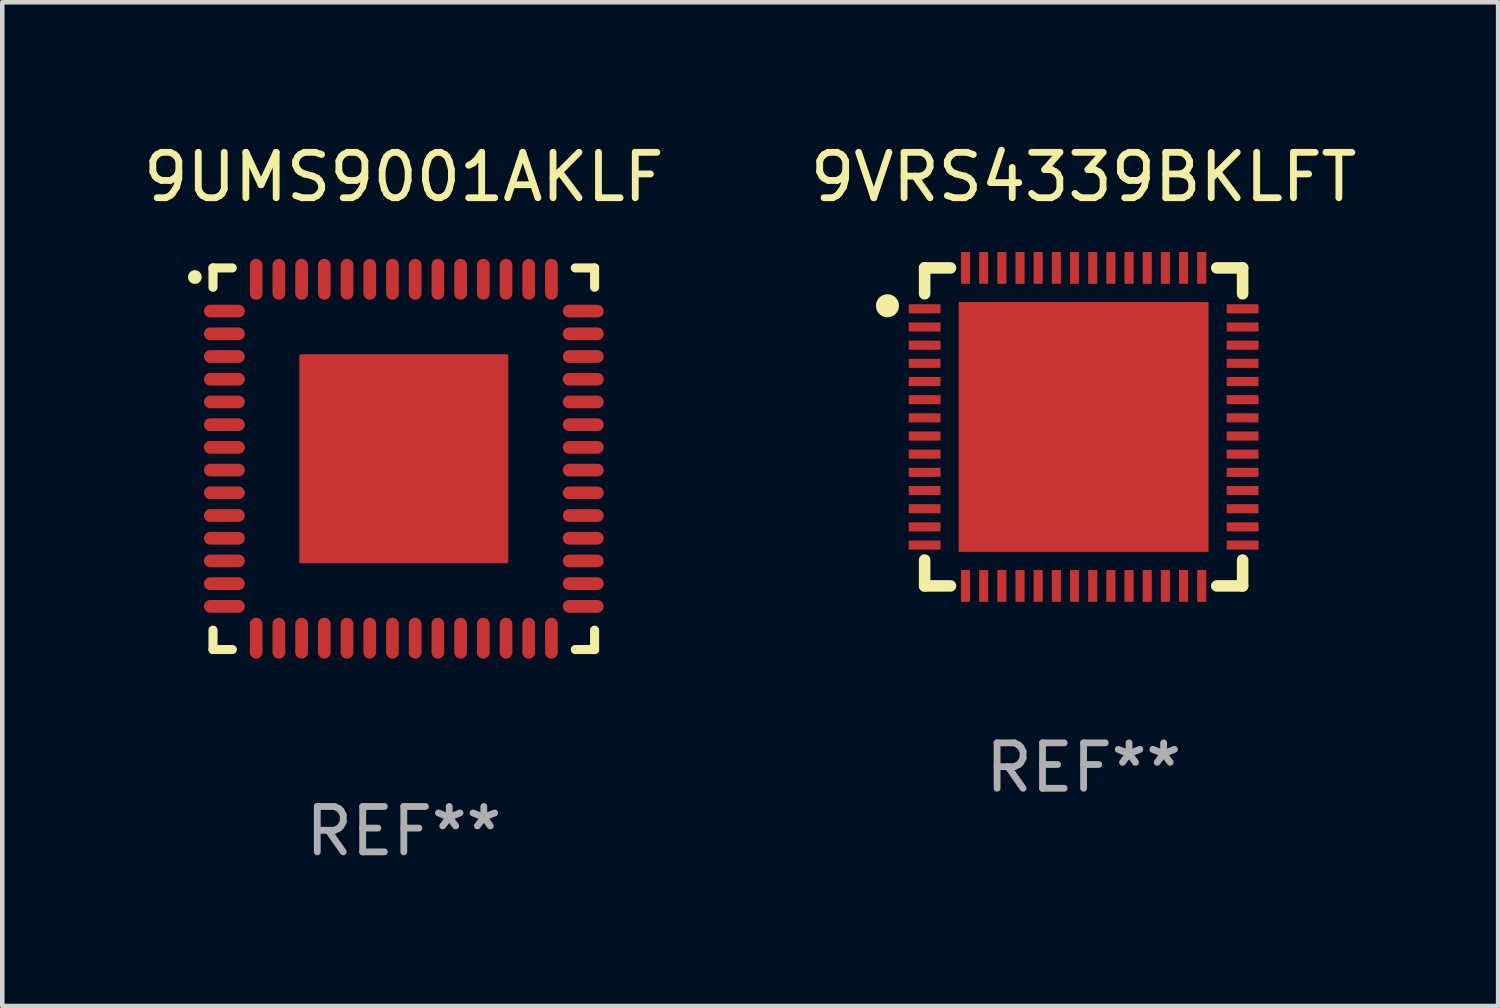
<source format=kicad_pcb>
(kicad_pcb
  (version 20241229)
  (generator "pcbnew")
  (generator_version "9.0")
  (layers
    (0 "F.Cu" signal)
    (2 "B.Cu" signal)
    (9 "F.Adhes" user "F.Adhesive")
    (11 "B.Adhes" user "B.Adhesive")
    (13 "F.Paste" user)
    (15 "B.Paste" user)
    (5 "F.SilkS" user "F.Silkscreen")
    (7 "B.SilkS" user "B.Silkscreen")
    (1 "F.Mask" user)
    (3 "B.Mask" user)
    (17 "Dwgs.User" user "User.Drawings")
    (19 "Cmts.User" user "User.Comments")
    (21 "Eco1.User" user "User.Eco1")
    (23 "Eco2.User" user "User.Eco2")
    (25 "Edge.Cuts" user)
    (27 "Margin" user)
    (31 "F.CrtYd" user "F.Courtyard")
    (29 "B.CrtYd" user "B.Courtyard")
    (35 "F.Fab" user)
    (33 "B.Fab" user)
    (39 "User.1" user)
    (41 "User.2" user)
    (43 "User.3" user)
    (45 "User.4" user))
  (footprint "9VRS4339BKLFT"
    (layer "F.Cu")
    (at 20.804 6.348)
    (property "Reference" "9VRS4339BKLFT" (at 0 -5.5 0) (layer "F.SilkS") (effects (font (size 1 1) (thickness 0.15))))
    (attr through_hole)
    (fp_line (start -3.5 -3.5) (end -2.931 -3.5) (stroke (width 0.254) (type solid)) (layer "F.SilkS"))
    (fp_line (start -3.5 -2.931) (end -3.5 -3.5) (stroke (width 0.254) (type solid)) (layer "F.SilkS"))
    (fp_line (start -3.5 3.5) (end -3.5 2.931) (stroke (width 0.254) (type solid)) (layer "F.SilkS"))
    (fp_line (start -2.931 3.5) (end -3.5 3.5) (stroke (width 0.254) (type solid)) (layer "F.SilkS"))
    (fp_line (start 2.931 -3.5) (end 3.5 -3.5) (stroke (width 0.254) (type solid)) (layer "F.SilkS"))
    (fp_line (start 3.5 -3.5) (end 3.5 -2.931) (stroke (width 0.254) (type solid)) (layer "F.SilkS"))
    (fp_line (start 3.5 2.931) (end 3.5 3.5) (stroke (width 0.254) (type solid)) (layer "F.SilkS"))
    (fp_line (start 3.5 3.5) (end 2.931 3.5) (stroke (width 0.254) (type solid)) (layer "F.SilkS"))
    (fp_circle (center -4.318 -2.667) (end -4.191 -2.667) (stroke (width 0.254) (type solid)) (fill no) (layer "F.SilkS"))
    (fp_text user "REF**" (at 0 7.5 0) (layer "F.Fab") (effects (font (size 1 1) (thickness 0.15))))
    (pad "1" smd rect (at -3.5 -2.6 90) (size 0.2 0.7) (layers "F.Cu" "F.Mask" "F.Paste"))
    (pad "2" smd rect (at -3.5 -2.2 90) (size 0.2 0.7) (layers "F.Cu" "F.Mask" "F.Paste"))
    (pad "3" smd rect (at -3.5 -1.8 90) (size 0.2 0.7) (layers "F.Cu" "F.Mask" "F.Paste"))
    (pad "4" smd rect (at -3.5 -1.4 90) (size 0.2 0.7) (layers "F.Cu" "F.Mask" "F.Paste"))
    (pad "5" smd rect (at -3.5 -1 90) (size 0.2 0.7) (layers "F.Cu" "F.Mask" "F.Paste"))
    (pad "6" smd rect (at -3.5 -0.6 90) (size 0.2 0.7) (layers "F.Cu" "F.Mask" "F.Paste"))
    (pad "7" smd rect (at -3.5 -0.2 90) (size 0.2 0.7) (layers "F.Cu" "F.Mask" "F.Paste"))
    (pad "8" smd rect (at -3.5 0.2 90) (size 0.2 0.7) (layers "F.Cu" "F.Mask" "F.Paste"))
    (pad "9" smd rect (at -3.5 0.6 90) (size 0.2 0.7) (layers "F.Cu" "F.Mask" "F.Paste"))
    (pad "10" smd rect (at -3.5 1 90) (size 0.2 0.7) (layers "F.Cu" "F.Mask" "F.Paste"))
    (pad "11" smd rect (at -3.5 1.4 90) (size 0.2 0.7) (layers "F.Cu" "F.Mask" "F.Paste"))
    (pad "12" smd rect (at -3.5 1.8 90) (size 0.2 0.7) (layers "F.Cu" "F.Mask" "F.Paste"))
    (pad "13" smd rect (at -3.5 2.2 90) (size 0.2 0.7) (layers "F.Cu" "F.Mask" "F.Paste"))
    (pad "14" smd rect (at -3.5 2.6 90) (size 0.2 0.7) (layers "F.Cu" "F.Mask" "F.Paste"))
    (pad "15" smd rect (at -2.6 3.5) (size 0.2 0.7) (layers "F.Cu" "F.Mask" "F.Paste"))
    (pad "16" smd rect (at -2.2 3.5) (size 0.2 0.7) (layers "F.Cu" "F.Mask" "F.Paste"))
    (pad "17" smd rect (at -1.8 3.5) (size 0.2 0.7) (layers "F.Cu" "F.Mask" "F.Paste"))
    (pad "18" smd rect (at -1.4 3.5) (size 0.2 0.7) (layers "F.Cu" "F.Mask" "F.Paste"))
    (pad "19" smd rect (at -1 3.5) (size 0.2 0.7) (layers "F.Cu" "F.Mask" "F.Paste"))
    (pad "20" smd rect (at -0.6 3.5) (size 0.2 0.7) (layers "F.Cu" "F.Mask" "F.Paste"))
    (pad "21" smd rect (at -0.2 3.5) (size 0.2 0.7) (layers "F.Cu" "F.Mask" "F.Paste"))
    (pad "22" smd rect (at 0.2 3.5) (size 0.2 0.7) (layers "F.Cu" "F.Mask" "F.Paste"))
    (pad "23" smd rect (at 0.6 3.5) (size 0.2 0.7) (layers "F.Cu" "F.Mask" "F.Paste"))
    (pad "24" smd rect (at 1 3.5) (size 0.2 0.7) (layers "F.Cu" "F.Mask" "F.Paste"))
    (pad "25" smd rect (at 1.4 3.5) (size 0.2 0.7) (layers "F.Cu" "F.Mask" "F.Paste"))
    (pad "26" smd rect (at 1.8 3.5) (size 0.2 0.7) (layers "F.Cu" "F.Mask" "F.Paste"))
    (pad "27" smd rect (at 2.2 3.5) (size 0.2 0.7) (layers "F.Cu" "F.Mask" "F.Paste"))
    (pad "28" smd rect (at 2.6 3.5) (size 0.2 0.7) (layers "F.Cu" "F.Mask" "F.Paste"))
    (pad "29" smd rect (at 3.5 2.6 90) (size 0.2 0.7) (layers "F.Cu" "F.Mask" "F.Paste"))
    (pad "30" smd rect (at 3.5 2.2 90) (size 0.2 0.7) (layers "F.Cu" "F.Mask" "F.Paste"))
    (pad "31" smd rect (at 3.5 1.8 90) (size 0.2 0.7) (layers "F.Cu" "F.Mask" "F.Paste"))
    (pad "32" smd rect (at 3.5 1.4 90) (size 0.2 0.7) (layers "F.Cu" "F.Mask" "F.Paste"))
    (pad "33" smd rect (at 3.5 1 90) (size 0.2 0.7) (layers "F.Cu" "F.Mask" "F.Paste"))
    (pad "34" smd rect (at 3.5 0.6 90) (size 0.2 0.7) (layers "F.Cu" "F.Mask" "F.Paste"))
    (pad "35" smd rect (at 3.5 0.2 90) (size 0.2 0.7) (layers "F.Cu" "F.Mask" "F.Paste"))
    (pad "36" smd rect (at 3.5 -0.2 90) (size 0.2 0.7) (layers "F.Cu" "F.Mask" "F.Paste"))
    (pad "37" smd rect (at 3.5 -0.6 90) (size 0.2 0.7) (layers "F.Cu" "F.Mask" "F.Paste"))
    (pad "38" smd rect (at 3.5 -1 90) (size 0.2 0.7) (layers "F.Cu" "F.Mask" "F.Paste"))
    (pad "39" smd rect (at 3.5 -1.4 90) (size 0.2 0.7) (layers "F.Cu" "F.Mask" "F.Paste"))
    (pad "40" smd rect (at 3.5 -1.8 90) (size 0.2 0.7) (layers "F.Cu" "F.Mask" "F.Paste"))
    (pad "41" smd rect (at 3.5 -2.2 90) (size 0.2 0.7) (layers "F.Cu" "F.Mask" "F.Paste"))
    (pad "42" smd rect (at 3.5 -2.6 90) (size 0.2 0.7) (layers "F.Cu" "F.Mask" "F.Paste"))
    (pad "43" smd rect (at 2.6 -3.5) (size 0.2 0.7) (layers "F.Cu" "F.Mask" "F.Paste"))
    (pad "44" smd rect (at 2.2 -3.5) (size 0.2 0.7) (layers "F.Cu" "F.Mask" "F.Paste"))
    (pad "45" smd rect (at 1.8 -3.5) (size 0.2 0.7) (layers "F.Cu" "F.Mask" "F.Paste"))
    (pad "46" smd rect (at 1.4 -3.5) (size 0.2 0.7) (layers "F.Cu" "F.Mask" "F.Paste"))
    (pad "47" smd rect (at 1 -3.5) (size 0.2 0.7) (layers "F.Cu" "F.Mask" "F.Paste"))
    (pad "48" smd rect (at 0.6 -3.5) (size 0.2 0.7) (layers "F.Cu" "F.Mask" "F.Paste"))
    (pad "49" smd rect (at 0.2 -3.5) (size 0.2 0.7) (layers "F.Cu" "F.Mask" "F.Paste"))
    (pad "50" smd rect (at -0.2 -3.5) (size 0.2 0.7) (layers "F.Cu" "F.Mask" "F.Paste"))
    (pad "51" smd rect (at -0.6 -3.5) (size 0.2 0.7) (layers "F.Cu" "F.Mask" "F.Paste"))
    (pad "52" smd rect (at -1 -3.5) (size 0.2 0.7) (layers "F.Cu" "F.Mask" "F.Paste"))
    (pad "53" smd rect (at -1.4 -3.5) (size 0.2 0.7) (layers "F.Cu" "F.Mask" "F.Paste"))
    (pad "54" smd rect (at -1.8 -3.5) (size 0.2 0.7) (layers "F.Cu" "F.Mask" "F.Paste"))
    (pad "55" smd rect (at -2.2 -3.5) (size 0.2 0.7) (layers "F.Cu" "F.Mask" "F.Paste"))
    (pad "56" smd rect (at -2.6 -3.5) (size 0.2 0.7) (layers "F.Cu" "F.Mask" "F.Paste"))
    (pad "57" smd rect (at 0.000064 0.000089 270) (size 5.5 5.5) (layers "F.Cu" "F.Mask" "F.Paste")))
  (footprint "9UMS9001AKLF"
    (layer "F.Cu")
    (at 5.839 7.048)
    (property "Reference" "9UMS9001AKLF" (at 0 -6.2 0) (layer "F.SilkS") (effects (font (size 1 1) (thickness 0.15))))
    (attr through_hole)
    (fp_line (start -4.2 -4.2) (end -3.775 -4.2) (stroke (width 0.2) (type solid)) (layer "F.SilkS"))
    (fp_line (start -4.2 -3.775) (end -4.2 -4.2) (stroke (width 0.2) (type solid)) (layer "F.SilkS"))
    (fp_line (start -4.2 3.775) (end -4.2 4.2) (stroke (width 0.2) (type solid)) (layer "F.SilkS"))
    (fp_line (start -4.2 4.2) (end -3.775 4.2) (stroke (width 0.2) (type solid)) (layer "F.SilkS"))
    (fp_line (start 3.775 4.2) (end 4.2 4.2) (stroke (width 0.2) (type solid)) (layer "F.SilkS"))
    (fp_line (start 4.2 -4.2) (end 3.775 -4.2) (stroke (width 0.2) (type solid)) (layer "F.SilkS"))
    (fp_line (start 4.2 -3.775) (end 4.2 -4.2) (stroke (width 0.2) (type solid)) (layer "F.SilkS"))
    (fp_line (start 4.2 4.2) (end 4.2 3.775) (stroke (width 0.2) (type solid)) (layer "F.SilkS"))
    (fp_arc (start -4.599949 -3.997968) (mid -4.599954 -3.999238) (end -4.599949 -4.000508) (stroke (width 0.3) (type solid)) (layer "F.SilkS"))
    (fp_text user "REF**" (at 0 8.2 0) (layer "F.Fab") (effects (font (size 1 1) (thickness 0.15))))
    (pad "1" smd oval (at -3.95 -3.25 90) (size 0.28 0.9) (layers "F.Cu" "F.Mask" "F.Paste"))
    (pad "2" smd oval (at -3.95 -2.75 90) (size 0.28 0.9) (layers "F.Cu" "F.Mask" "F.Paste"))
    (pad "3" smd oval (at -3.95 -2.25 90) (size 0.28 0.9) (layers "F.Cu" "F.Mask" "F.Paste"))
    (pad "4" smd oval (at -3.95 -1.75 90) (size 0.28 0.9) (layers "F.Cu" "F.Mask" "F.Paste"))
    (pad "5" smd oval (at -3.95 -1.25 90) (size 0.28 0.9) (layers "F.Cu" "F.Mask" "F.Paste"))
    (pad "6" smd oval (at -3.95 -0.75 90) (size 0.28 0.9) (layers "F.Cu" "F.Mask" "F.Paste"))
    (pad "7" smd oval (at -3.95 -0.25 90) (size 0.28 0.9) (layers "F.Cu" "F.Mask" "F.Paste"))
    (pad "8" smd oval (at -3.95 0.25 90) (size 0.28 0.9) (layers "F.Cu" "F.Mask" "F.Paste"))
    (pad "9" smd oval (at -3.95 0.75 90) (size 0.28 0.9) (layers "F.Cu" "F.Mask" "F.Paste"))
    (pad "10" smd oval (at -3.95 1.25 90) (size 0.28 0.9) (layers "F.Cu" "F.Mask" "F.Paste"))
    (pad "11" smd oval (at -3.95 1.75 90) (size 0.28 0.9) (layers "F.Cu" "F.Mask" "F.Paste"))
    (pad "12" smd oval (at -3.95 2.25 90) (size 0.28 0.9) (layers "F.Cu" "F.Mask" "F.Paste"))
    (pad "13" smd oval (at -3.95 2.75 90) (size 0.28 0.9) (layers "F.Cu" "F.Mask" "F.Paste"))
    (pad "14" smd oval (at -3.95 3.25 90) (size 0.28 0.9) (layers "F.Cu" "F.Mask" "F.Paste"))
    (pad "15" smd oval (at -3.25 3.95) (size 0.28 0.9) (layers "F.Cu" "F.Mask" "F.Paste"))
    (pad "16" smd oval (at -2.75 3.95) (size 0.28 0.9) (layers "F.Cu" "F.Mask" "F.Paste"))
    (pad "17" smd oval (at -2.25 3.95) (size 0.28 0.9) (layers "F.Cu" "F.Mask" "F.Paste"))
    (pad "18" smd oval (at -1.75 3.95) (size 0.28 0.9) (layers "F.Cu" "F.Mask" "F.Paste"))
    (pad "19" smd oval (at -1.25 3.95) (size 0.28 0.9) (layers "F.Cu" "F.Mask" "F.Paste"))
    (pad "20" smd oval (at -0.75 3.95) (size 0.28 0.9) (layers "F.Cu" "F.Mask" "F.Paste"))
    (pad "21" smd oval (at -0.25 3.95) (size 0.28 0.9) (layers "F.Cu" "F.Mask" "F.Paste"))
    (pad "22" smd oval (at 0.25 3.95) (size 0.28 0.9) (layers "F.Cu" "F.Mask" "F.Paste"))
    (pad "23" smd oval (at 0.75 3.95) (size 0.28 0.9) (layers "F.Cu" "F.Mask" "F.Paste"))
    (pad "24" smd oval (at 1.25 3.95) (size 0.28 0.9) (layers "F.Cu" "F.Mask" "F.Paste"))
    (pad "25" smd oval (at 1.75 3.95) (size 0.28 0.9) (layers "F.Cu" "F.Mask" "F.Paste"))
    (pad "26" smd oval (at 2.25 3.95) (size 0.28 0.9) (layers "F.Cu" "F.Mask" "F.Paste"))
    (pad "27" smd oval (at 2.75 3.95) (size 0.28 0.9) (layers "F.Cu" "F.Mask" "F.Paste"))
    (pad "28" smd oval (at 3.25 3.95) (size 0.28 0.9) (layers "F.Cu" "F.Mask" "F.Paste"))
    (pad "29" smd oval (at 3.95 3.25 90) (size 0.28 0.9) (layers "F.Cu" "F.Mask" "F.Paste"))
    (pad "30" smd oval (at 3.95 2.75 90) (size 0.28 0.9) (layers "F.Cu" "F.Mask" "F.Paste"))
    (pad "31" smd oval (at 3.95 2.25 90) (size 0.28 0.9) (layers "F.Cu" "F.Mask" "F.Paste"))
    (pad "32" smd oval (at 3.95 1.75 90) (size 0.28 0.9) (layers "F.Cu" "F.Mask" "F.Paste"))
    (pad "33" smd oval (at 3.95 1.25 90) (size 0.28 0.9) (layers "F.Cu" "F.Mask" "F.Paste"))
    (pad "34" smd oval (at 3.95 0.75 90) (size 0.28 0.9) (layers "F.Cu" "F.Mask" "F.Paste"))
    (pad "35" smd oval (at 3.95 0.25 90) (size 0.28 0.9) (layers "F.Cu" "F.Mask" "F.Paste"))
    (pad "36" smd oval (at 3.95 -0.25 90) (size 0.28 0.9) (layers "F.Cu" "F.Mask" "F.Paste"))
    (pad "37" smd oval (at 3.95 -0.75 90) (size 0.28 0.9) (layers "F.Cu" "F.Mask" "F.Paste"))
    (pad "38" smd oval (at 3.95 -1.25 90) (size 0.28 0.9) (layers "F.Cu" "F.Mask" "F.Paste"))
    (pad "39" smd oval (at 3.95 -1.75 90) (size 0.28 0.9) (layers "F.Cu" "F.Mask" "F.Paste"))
    (pad "40" smd oval (at 3.95 -2.25 90) (size 0.28 0.9) (layers "F.Cu" "F.Mask" "F.Paste"))
    (pad "41" smd oval (at 3.95 -2.75 90) (size 0.28 0.9) (layers "F.Cu" "F.Mask" "F.Paste"))
    (pad "42" smd oval (at 3.95 -3.25 90) (size 0.28 0.9) (layers "F.Cu" "F.Mask" "F.Paste"))
    (pad "43" smd oval (at 3.25 -3.95) (size 0.28 0.9) (layers "F.Cu" "F.Mask" "F.Paste"))
    (pad "44" smd oval (at 2.75 -3.95) (size 0.28 0.9) (layers "F.Cu" "F.Mask" "F.Paste"))
    (pad "45" smd oval (at 2.25 -3.95) (size 0.28 0.9) (layers "F.Cu" "F.Mask" "F.Paste"))
    (pad "46" smd oval (at 1.75 -3.95) (size 0.28 0.9) (layers "F.Cu" "F.Mask" "F.Paste"))
    (pad "47" smd oval (at 1.25 -3.95) (size 0.28 0.9) (layers "F.Cu" "F.Mask" "F.Paste"))
    (pad "48" smd oval (at 0.75 -3.95) (size 0.28 0.9) (layers "F.Cu" "F.Mask" "F.Paste"))
    (pad "49" smd oval (at 0.25 -3.95) (size 0.28 0.9) (layers "F.Cu" "F.Mask" "F.Paste"))
    (pad "50" smd oval (at -0.25 -3.95) (size 0.28 0.9) (layers "F.Cu" "F.Mask" "F.Paste"))
    (pad "51" smd oval (at -0.75 -3.95) (size 0.28 0.9) (layers "F.Cu" "F.Mask" "F.Paste"))
    (pad "52" smd oval (at -1.25 -3.95) (size 0.28 0.9) (layers "F.Cu" "F.Mask" "F.Paste"))
    (pad "53" smd oval (at -1.75 -3.95) (size 0.28 0.9) (layers "F.Cu" "F.Mask" "F.Paste"))
    (pad "54" smd oval (at -2.25 -3.95) (size 0.28 0.9) (layers "F.Cu" "F.Mask" "F.Paste"))
    (pad "55" smd oval (at -2.75 -3.95) (size 0.28 0.9) (layers "F.Cu" "F.Mask" "F.Paste"))
    (pad "56" smd oval (at -3.25 -3.95) (size 0.28 0.9) (layers "F.Cu" "F.Mask" "F.Paste"))
    (pad "57" smd rect (at 0 0.000051) (size 4.6 4.6) (layers "F.Cu" "F.Mask" "F.Paste")))
  (gr_rect
    (start -3 -3)
    (end 29.929 19.096)
    (stroke (width 0.1) (type default))
    (fill no)
    (layer "Edge.Cuts")))
</source>
